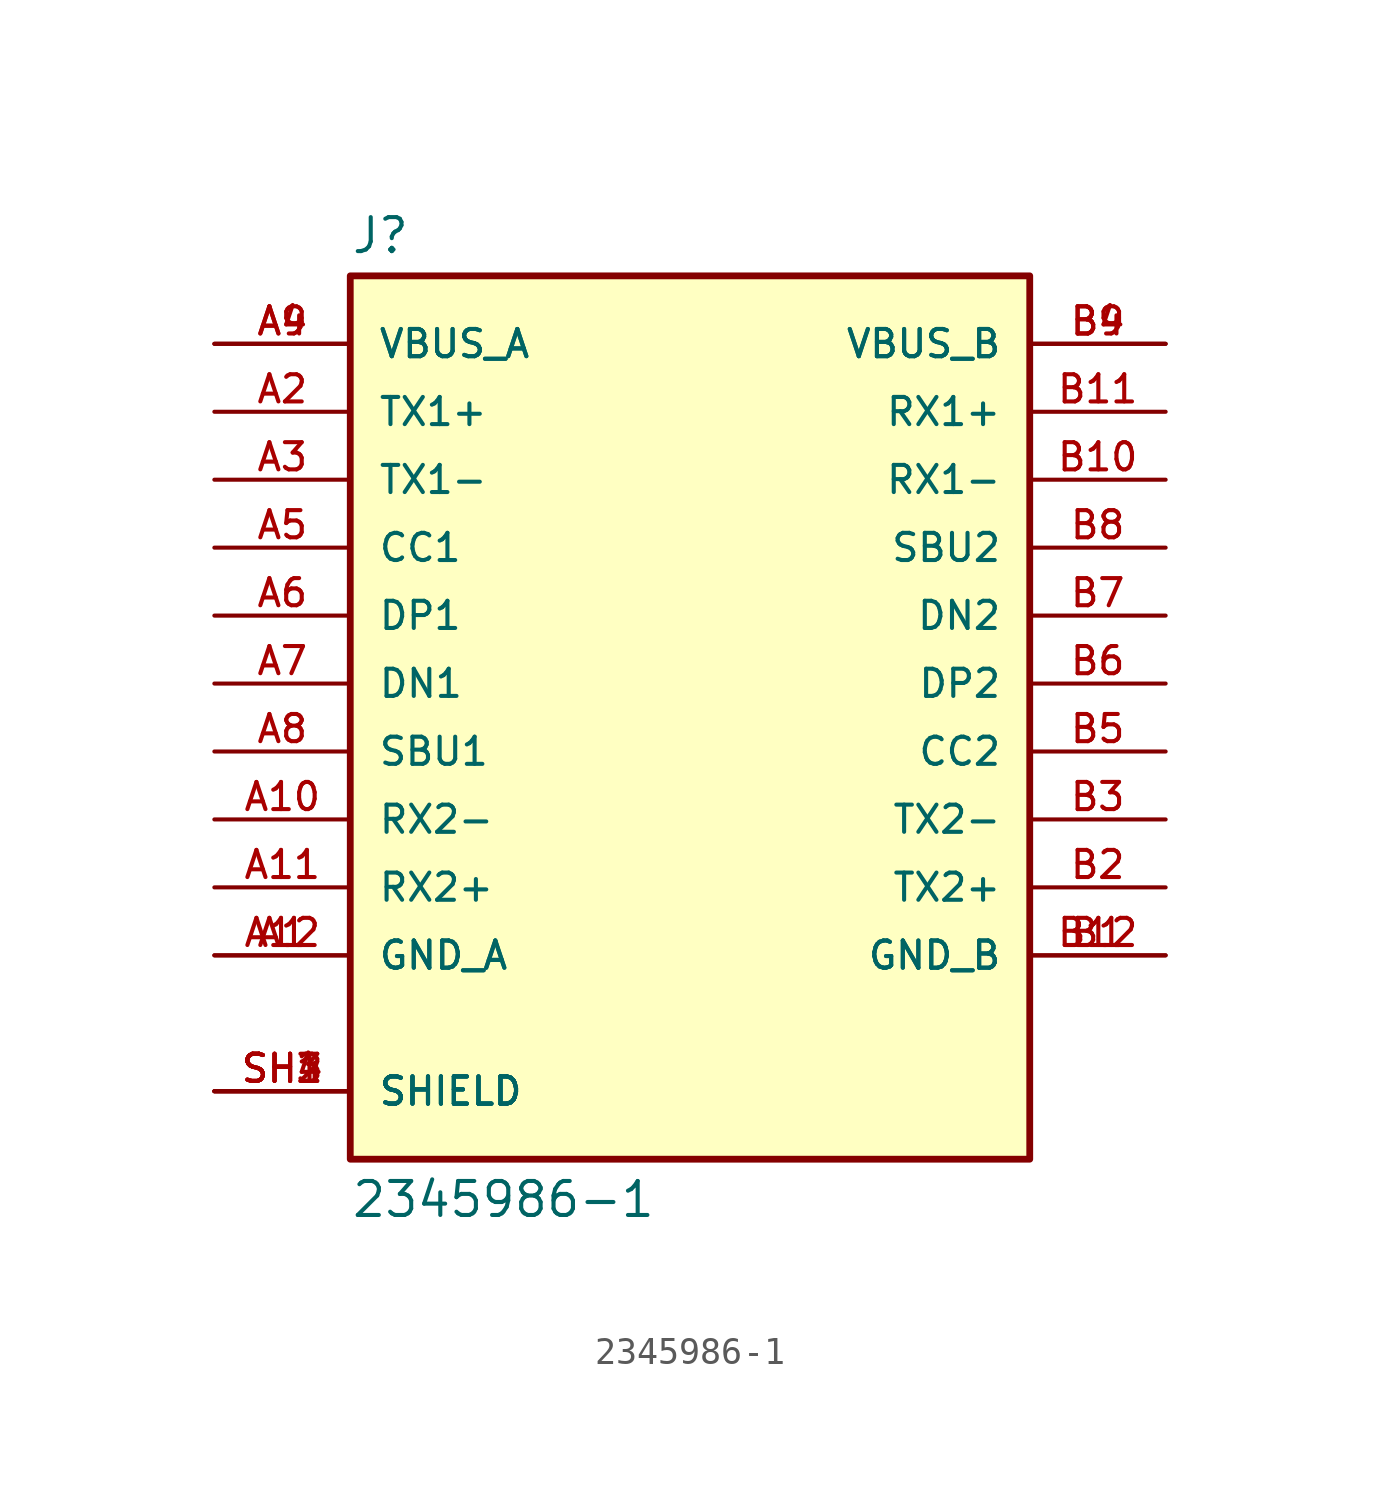
<source format=kicad_sym>
(kicad_symbol_lib
  (version 20211014)
  (generator kicad_symbol_editor)
  (symbol "2345986-1"
    (pin_names
      (offset 1.016))
    (property "Reference" "J"
      (at -12.7 16.002 0)
      (effects (font (size 1.27 1.27)) (justify bottom left)))
    (property "Value" "2345986-1"
      (at -12.7 -18.542 0.0)
      (effects (font (size 1.27 1.27)) (justify top left)))
    (symbol "2345986-1_0_0"
      (rectangle (start -12.7 -17.78) (end 12.7 15.24) (stroke (width 0.254)) (fill (type background)))
      (pin power_in line (at -17.78 -10.16 0) (length 5.08) (name "GND_A" (effects (font (size 1.016 1.016)))) (number "A1" (effects (font (size 1.016 1.016)))))
      (pin power_in line (at -17.78 -10.16 0) (length 5.08) (name "GND_A" (effects (font (size 1.016 1.016)))) (number "A12" (effects (font (size 1.016 1.016)))))
      (pin bidirectional line (at -17.78 7.62 0) (length 5.08) (name "TX1-" (effects (font (size 1.016 1.016)))) (number "A3" (effects (font (size 1.016 1.016)))))
      (pin bidirectional line (at -17.78 10.16 0) (length 5.08) (name "TX1+" (effects (font (size 1.016 1.016)))) (number "A2" (effects (font (size 1.016 1.016)))))
      (pin power_in line (at -17.78 12.7 0) (length 5.08) (name "VBUS_A" (effects (font (size 1.016 1.016)))) (number "A4" (effects (font (size 1.016 1.016)))))
      (pin power_in line (at -17.78 12.7 0) (length 5.08) (name "VBUS_A" (effects (font (size 1.016 1.016)))) (number "A9" (effects (font (size 1.016 1.016)))))
      (pin bidirectional line (at -17.78 2.54 0) (length 5.08) (name "DP1" (effects (font (size 1.016 1.016)))) (number "A6" (effects (font (size 1.016 1.016)))))
      (pin bidirectional line (at -17.78 5.08 0) (length 5.08) (name "CC1" (effects (font (size 1.016 1.016)))) (number "A5" (effects (font (size 1.016 1.016)))))
      (pin bidirectional line (at -17.78 -2.54 0) (length 5.08) (name "SBU1" (effects (font (size 1.016 1.016)))) (number "A8" (effects (font (size 1.016 1.016)))))
      (pin bidirectional line (at -17.78 0.0 0) (length 5.08) (name "DN1" (effects (font (size 1.016 1.016)))) (number "A7" (effects (font (size 1.016 1.016)))))
      (pin bidirectional line (at -17.78 -5.08 0) (length 5.08) (name "RX2-" (effects (font (size 1.016 1.016)))) (number "A10" (effects (font (size 1.016 1.016)))))
      (pin bidirectional line (at -17.78 -7.62 0) (length 5.08) (name "RX2+" (effects (font (size 1.016 1.016)))) (number "A11" (effects (font (size 1.016 1.016)))))
      (pin passive line (at -17.78 -15.24 0) (length 5.08) (name "SHIELD" (effects (font (size 1.016 1.016)))) (number "SH1" (effects (font (size 1.016 1.016)))))
      (pin passive line (at -17.78 -15.24 0) (length 5.08) (name "SHIELD" (effects (font (size 1.016 1.016)))) (number "SH2" (effects (font (size 1.016 1.016)))))
      (pin passive line (at -17.78 -15.24 0) (length 5.08) (name "SHIELD" (effects (font (size 1.016 1.016)))) (number "SH3" (effects (font (size 1.016 1.016)))))
      (pin passive line (at -17.78 -15.24 0) (length 5.08) (name "SHIELD" (effects (font (size 1.016 1.016)))) (number "SH4" (effects (font (size 1.016 1.016)))))
      (pin power_in line (at 17.78 -10.16 180.0) (length 5.08) (name "GND_B" (effects (font (size 1.016 1.016)))) (number "B1" (effects (font (size 1.016 1.016)))))
      (pin power_in line (at 17.78 -10.16 180.0) (length 5.08) (name "GND_B" (effects (font (size 1.016 1.016)))) (number "B12" (effects (font (size 1.016 1.016)))))
      (pin bidirectional line (at 17.78 -5.08 180.0) (length 5.08) (name "TX2-" (effects (font (size 1.016 1.016)))) (number "B3" (effects (font (size 1.016 1.016)))))
      (pin bidirectional line (at 17.78 -7.62 180.0) (length 5.08) (name "TX2+" (effects (font (size 1.016 1.016)))) (number "B2" (effects (font (size 1.016 1.016)))))
      (pin power_in line (at 17.78 12.7 180.0) (length 5.08) (name "VBUS_B" (effects (font (size 1.016 1.016)))) (number "B4" (effects (font (size 1.016 1.016)))))
      (pin power_in line (at 17.78 12.7 180.0) (length 5.08) (name "VBUS_B" (effects (font (size 1.016 1.016)))) (number "B9" (effects (font (size 1.016 1.016)))))
      (pin bidirectional line (at 17.78 0.0 180.0) (length 5.08) (name "DP2" (effects (font (size 1.016 1.016)))) (number "B6" (effects (font (size 1.016 1.016)))))
      (pin bidirectional line (at 17.78 -2.54 180.0) (length 5.08) (name "CC2" (effects (font (size 1.016 1.016)))) (number "B5" (effects (font (size 1.016 1.016)))))
      (pin bidirectional line (at 17.78 5.08 180.0) (length 5.08) (name "SBU2" (effects (font (size 1.016 1.016)))) (number "B8" (effects (font (size 1.016 1.016)))))
      (pin bidirectional line (at 17.78 2.54 180.0) (length 5.08) (name "DN2" (effects (font (size 1.016 1.016)))) (number "B7" (effects (font (size 1.016 1.016)))))
      (pin bidirectional line (at 17.78 7.62 180.0) (length 5.08) (name "RX1-" (effects (font (size 1.016 1.016)))) (number "B10" (effects (font (size 1.016 1.016)))))
      (pin bidirectional line (at 17.78 10.16 180.0) (length 5.08) (name "RX1+" (effects (font (size 1.016 1.016)))) (number "B11" (effects (font (size 1.016 1.016))))))))
</source>
